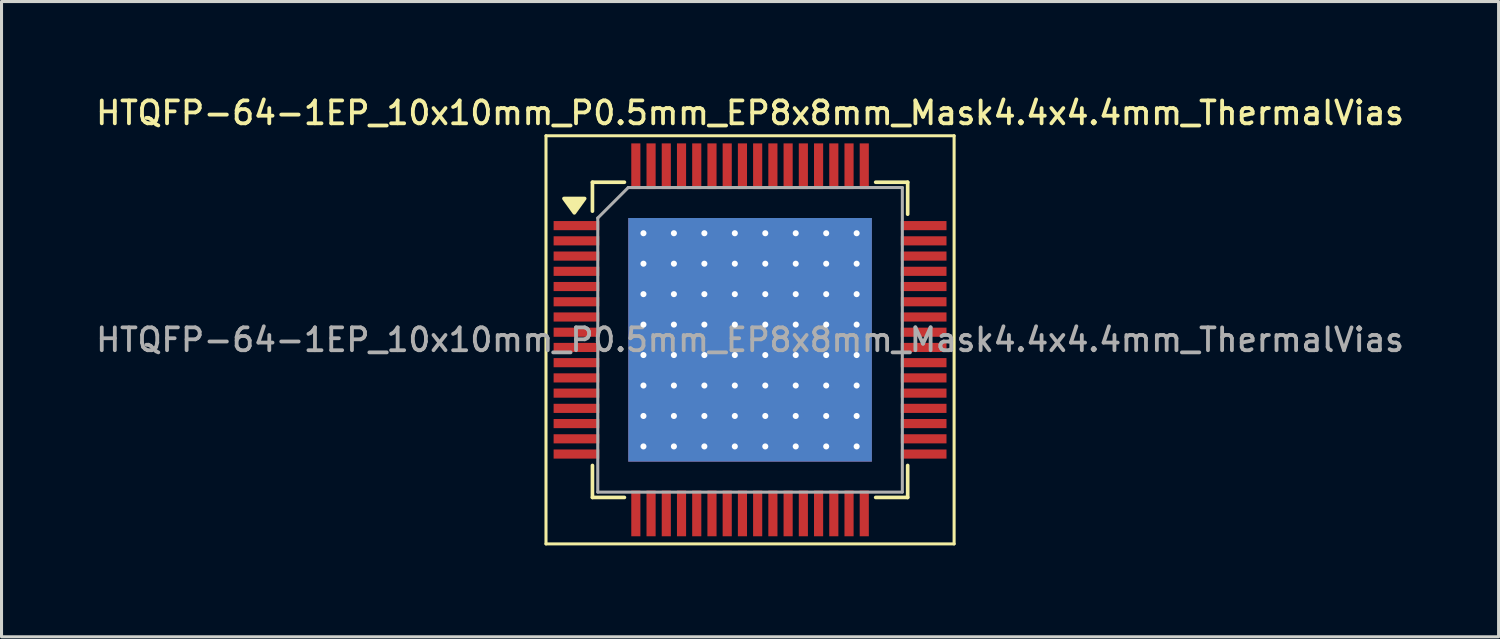
<source format=kicad_pcb>
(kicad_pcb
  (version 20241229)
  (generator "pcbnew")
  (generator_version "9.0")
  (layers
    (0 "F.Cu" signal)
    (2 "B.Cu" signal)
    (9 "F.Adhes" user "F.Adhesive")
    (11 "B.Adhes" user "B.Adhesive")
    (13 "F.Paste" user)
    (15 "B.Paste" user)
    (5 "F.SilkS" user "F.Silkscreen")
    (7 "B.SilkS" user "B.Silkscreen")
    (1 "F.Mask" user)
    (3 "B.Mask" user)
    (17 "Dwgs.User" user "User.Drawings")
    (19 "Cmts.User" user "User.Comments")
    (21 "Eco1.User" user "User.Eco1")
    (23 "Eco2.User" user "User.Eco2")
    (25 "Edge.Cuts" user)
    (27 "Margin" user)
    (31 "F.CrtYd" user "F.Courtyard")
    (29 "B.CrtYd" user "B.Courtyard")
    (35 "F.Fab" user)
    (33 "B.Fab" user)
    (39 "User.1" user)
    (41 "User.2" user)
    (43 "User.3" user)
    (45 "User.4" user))
  (footprint "HTQFP-64-1EP_10x10mm_P0.5mm_EP8x8mm_Mask4.4x4.4mm_ThermalVias"
    (layer "F.Cu")
    (at 21.577 8.108)
    (property "Reference" "HTQFP-64-1EP_10x10mm_P0.5mm_EP8x8mm_Mask4.4x4.4mm_ThermalVias" (at 0 -7.45 0) (layer "F.SilkS") (effects (font (size 0.75 0.75) (thickness 0.125))))
    (attr smd)
    (fp_line (start -6.7 -6.7) (end -6.7 6.7) (stroke (width 0.1) (type solid)) (layer "F.SilkS"))
    (fp_line (start -6.7 -6.7) (end 6.7 -6.7) (stroke (width 0.1) (type solid)) (layer "F.SilkS"))
    (fp_line (start -6.7 6.7) (end 6.7 6.7) (stroke (width 0.1) (type solid)) (layer "F.SilkS"))
    (fp_line (start -5.175 -5.175) (end -5.175 -4.225) (stroke (width 0.12) (type solid)) (layer "F.SilkS"))
    (fp_line (start -5.175 -5.175) (end -4.125 -5.175) (stroke (width 0.12) (type solid)) (layer "F.SilkS"))
    (fp_line (start -5.175 5.175) (end -5.175 4.125) (stroke (width 0.12) (type solid)) (layer "F.SilkS"))
    (fp_line (start -5.175 5.175) (end -4.125 5.175) (stroke (width 0.12) (type solid)) (layer "F.SilkS"))
    (fp_line (start 5.175 -5.175) (end 4.125 -5.175) (stroke (width 0.12) (type solid)) (layer "F.SilkS"))
    (fp_line (start 5.175 -5.175) (end 5.175 -4.125) (stroke (width 0.12) (type solid)) (layer "F.SilkS"))
    (fp_line (start 5.175 5.175) (end 4.125 5.175) (stroke (width 0.12) (type solid)) (layer "F.SilkS"))
    (fp_line (start 5.175 5.175) (end 5.175 4.125) (stroke (width 0.12) (type solid)) (layer "F.SilkS"))
    (fp_line (start 6.7 -6.7) (end 6.7 6.7) (stroke (width 0.1) (type solid)) (layer "F.SilkS"))
    (fp_poly (pts (xy -5.77 -4.17) (xy -6.11 -4.64) (xy -5.43 -4.64) (xy -5.77 -4.17)) (stroke (width 0.12) (type solid)) (fill yes) (layer "F.SilkS"))
    (fp_line (start -5 -4) (end -4 -5) (stroke (width 0.1) (type solid)) (layer "F.Fab"))
    (fp_line (start -5 5) (end -5 -4) (stroke (width 0.1) (type solid)) (layer "F.Fab"))
    (fp_line (start -4 -5) (end 5 -5) (stroke (width 0.1) (type solid)) (layer "F.Fab"))
    (fp_line (start 5 -5) (end 5 5) (stroke (width 0.1) (type solid)) (layer "F.Fab"))
    (fp_line (start 5 5) (end -5 5) (stroke (width 0.1) (type solid)) (layer "F.Fab"))
    (fp_text user "${REFERENCE}" (at 0 0 0) (layer "F.Fab") (effects (font (size 0.75 0.75) (thickness 0.125))))
    (pad "" smd rect (at -1.1 -1.1 180) (size 1.75 1.75) (layers "F.Paste"))
    (pad "" smd rect (at -1.1 1.1 180) (size 1.75 1.75) (layers "F.Paste"))
    (pad "" smd rect (at 0 0 180) (size 4.4 4.4) (layers "F.Mask"))
    (pad "" smd rect (at 1.1 -1.1 180) (size 1.75 1.75) (layers "F.Paste"))
    (pad "" smd rect (at 1.1 1.1 180) (size 1.75 1.75) (layers "F.Paste"))
    (pad "1" smd rect (at -5.7 -3.75) (size 1.5 0.3) (layers "F.Cu" "F.Mask" "F.Paste"))
    (pad "2" smd rect (at -5.7 -3.25) (size 1.5 0.3) (layers "F.Cu" "F.Mask" "F.Paste"))
    (pad "3" smd rect (at -5.7 -2.75) (size 1.5 0.3) (layers "F.Cu" "F.Mask" "F.Paste"))
    (pad "4" smd rect (at -5.7 -2.25) (size 1.5 0.3) (layers "F.Cu" "F.Mask" "F.Paste"))
    (pad "5" smd rect (at -5.7 -1.75) (size 1.5 0.3) (layers "F.Cu" "F.Mask" "F.Paste"))
    (pad "6" smd rect (at -5.7 -1.25) (size 1.5 0.3) (layers "F.Cu" "F.Mask" "F.Paste"))
    (pad "7" smd rect (at -5.7 -0.75) (size 1.5 0.3) (layers "F.Cu" "F.Mask" "F.Paste"))
    (pad "8" smd rect (at -5.7 -0.25) (size 1.5 0.3) (layers "F.Cu" "F.Mask" "F.Paste"))
    (pad "9" smd rect (at -5.7 0.25) (size 1.5 0.3) (layers "F.Cu" "F.Mask" "F.Paste"))
    (pad "10" smd rect (at -5.7 0.75) (size 1.5 0.3) (layers "F.Cu" "F.Mask" "F.Paste"))
    (pad "11" smd rect (at -5.7 1.25) (size 1.5 0.3) (layers "F.Cu" "F.Mask" "F.Paste"))
    (pad "12" smd rect (at -5.7 1.75) (size 1.5 0.3) (layers "F.Cu" "F.Mask" "F.Paste"))
    (pad "13" smd rect (at -5.7 2.25) (size 1.5 0.3) (layers "F.Cu" "F.Mask" "F.Paste"))
    (pad "14" smd rect (at -5.7 2.75) (size 1.5 0.3) (layers "F.Cu" "F.Mask" "F.Paste"))
    (pad "15" smd rect (at -5.7 3.25) (size 1.5 0.3) (layers "F.Cu" "F.Mask" "F.Paste"))
    (pad "16" smd rect (at -5.7 3.75) (size 1.5 0.3) (layers "F.Cu" "F.Mask" "F.Paste"))
    (pad "17" smd rect (at -3.75 5.7 90) (size 1.5 0.3) (layers "F.Cu" "F.Mask" "F.Paste"))
    (pad "18" smd rect (at -3.25 5.7 90) (size 1.5 0.3) (layers "F.Cu" "F.Mask" "F.Paste"))
    (pad "19" smd rect (at -2.75 5.7 90) (size 1.5 0.3) (layers "F.Cu" "F.Mask" "F.Paste"))
    (pad "20" smd rect (at -2.25 5.7 90) (size 1.5 0.3) (layers "F.Cu" "F.Mask" "F.Paste"))
    (pad "21" smd rect (at -1.75 5.7 90) (size 1.5 0.3) (layers "F.Cu" "F.Mask" "F.Paste"))
    (pad "22" smd rect (at -1.25 5.7 90) (size 1.5 0.3) (layers "F.Cu" "F.Mask" "F.Paste"))
    (pad "23" smd rect (at -0.75 5.7 90) (size 1.5 0.3) (layers "F.Cu" "F.Mask" "F.Paste"))
    (pad "24" smd rect (at -0.25 5.7 90) (size 1.5 0.3) (layers "F.Cu" "F.Mask" "F.Paste"))
    (pad "25" smd rect (at 0.25 5.7 90) (size 1.5 0.3) (layers "F.Cu" "F.Mask" "F.Paste"))
    (pad "26" smd rect (at 0.75 5.7 90) (size 1.5 0.3) (layers "F.Cu" "F.Mask" "F.Paste"))
    (pad "27" smd rect (at 1.25 5.7 90) (size 1.5 0.3) (layers "F.Cu" "F.Mask" "F.Paste"))
    (pad "28" smd rect (at 1.75 5.7 90) (size 1.5 0.3) (layers "F.Cu" "F.Mask" "F.Paste"))
    (pad "29" smd rect (at 2.25 5.7 90) (size 1.5 0.3) (layers "F.Cu" "F.Mask" "F.Paste"))
    (pad "30" smd rect (at 2.75 5.7 90) (size 1.5 0.3) (layers "F.Cu" "F.Mask" "F.Paste"))
    (pad "31" smd rect (at 3.25 5.7 90) (size 1.5 0.3) (layers "F.Cu" "F.Mask" "F.Paste"))
    (pad "32" smd rect (at 3.75 5.7 90) (size 1.5 0.3) (layers "F.Cu" "F.Mask" "F.Paste"))
    (pad "33" smd rect (at 5.7 3.75) (size 1.5 0.3) (layers "F.Cu" "F.Mask" "F.Paste"))
    (pad "34" smd rect (at 5.7 3.25) (size 1.5 0.3) (layers "F.Cu" "F.Mask" "F.Paste"))
    (pad "35" smd rect (at 5.7 2.75) (size 1.5 0.3) (layers "F.Cu" "F.Mask" "F.Paste"))
    (pad "36" smd rect (at 5.7 2.25) (size 1.5 0.3) (layers "F.Cu" "F.Mask" "F.Paste"))
    (pad "37" smd rect (at 5.7 1.75) (size 1.5 0.3) (layers "F.Cu" "F.Mask" "F.Paste"))
    (pad "38" smd rect (at 5.7 1.25) (size 1.5 0.3) (layers "F.Cu" "F.Mask" "F.Paste"))
    (pad "39" smd rect (at 5.7 0.75) (size 1.5 0.3) (layers "F.Cu" "F.Mask" "F.Paste"))
    (pad "40" smd rect (at 5.7 0.25) (size 1.5 0.3) (layers "F.Cu" "F.Mask" "F.Paste"))
    (pad "41" smd rect (at 5.7 -0.25) (size 1.5 0.3) (layers "F.Cu" "F.Mask" "F.Paste"))
    (pad "42" smd rect (at 5.7 -0.75) (size 1.5 0.3) (layers "F.Cu" "F.Mask" "F.Paste"))
    (pad "43" smd rect (at 5.7 -1.25) (size 1.5 0.3) (layers "F.Cu" "F.Mask" "F.Paste"))
    (pad "44" smd rect (at 5.7 -1.75) (size 1.5 0.3) (layers "F.Cu" "F.Mask" "F.Paste"))
    (pad "45" smd rect (at 5.7 -2.25) (size 1.5 0.3) (layers "F.Cu" "F.Mask" "F.Paste"))
    (pad "46" smd rect (at 5.7 -2.75) (size 1.5 0.3) (layers "F.Cu" "F.Mask" "F.Paste"))
    (pad "47" smd rect (at 5.7 -3.25) (size 1.5 0.3) (layers "F.Cu" "F.Mask" "F.Paste"))
    (pad "48" smd rect (at 5.7 -3.75) (size 1.5 0.3) (layers "F.Cu" "F.Mask" "F.Paste"))
    (pad "49" smd rect (at 3.75 -5.7 90) (size 1.5 0.3) (layers "F.Cu" "F.Mask" "F.Paste"))
    (pad "50" smd rect (at 3.25 -5.7 90) (size 1.5 0.3) (layers "F.Cu" "F.Mask" "F.Paste"))
    (pad "51" smd rect (at 2.75 -5.7 90) (size 1.5 0.3) (layers "F.Cu" "F.Mask" "F.Paste"))
    (pad "52" smd rect (at 2.25 -5.7 90) (size 1.5 0.3) (layers "F.Cu" "F.Mask" "F.Paste"))
    (pad "53" smd rect (at 1.75 -5.7 90) (size 1.5 0.3) (layers "F.Cu" "F.Mask" "F.Paste"))
    (pad "54" smd rect (at 1.25 -5.7 90) (size 1.5 0.3) (layers "F.Cu" "F.Mask" "F.Paste"))
    (pad "55" smd rect (at 0.75 -5.7 90) (size 1.5 0.3) (layers "F.Cu" "F.Mask" "F.Paste"))
    (pad "56" smd rect (at 0.25 -5.7 90) (size 1.5 0.3) (layers "F.Cu" "F.Mask" "F.Paste"))
    (pad "57" smd rect (at -0.25 -5.7 90) (size 1.5 0.3) (layers "F.Cu" "F.Mask" "F.Paste"))
    (pad "58" smd rect (at -0.75 -5.7 90) (size 1.5 0.3) (layers "F.Cu" "F.Mask" "F.Paste"))
    (pad "59" smd rect (at -1.25 -5.7 90) (size 1.5 0.3) (layers "F.Cu" "F.Mask" "F.Paste"))
    (pad "60" smd rect (at -1.75 -5.7 90) (size 1.5 0.3) (layers "F.Cu" "F.Mask" "F.Paste"))
    (pad "61" smd rect (at -2.25 -5.7 90) (size 1.5 0.3) (layers "F.Cu" "F.Mask" "F.Paste"))
    (pad "62" smd rect (at -2.75 -5.7 90) (size 1.5 0.3) (layers "F.Cu" "F.Mask" "F.Paste"))
    (pad "63" smd rect (at -3.25 -5.7 90) (size 1.5 0.3) (layers "F.Cu" "F.Mask" "F.Paste"))
    (pad "64" smd rect (at -3.75 -5.7 90) (size 1.5 0.3) (layers "F.Cu" "F.Mask" "F.Paste"))
    (pad "65" thru_hole circle (at -3.5 -3.5 90) (size 0.5 0.5) (drill 0.2) (layers "*.Cu"))
    (pad "65" thru_hole circle (at -3.5 -2.5 90) (size 0.5 0.5) (drill 0.2) (layers "*.Cu"))
    (pad "65" thru_hole circle (at -3.5 -1.5 90) (size 0.5 0.5) (drill 0.2) (layers "*.Cu"))
    (pad "65" thru_hole circle (at -3.5 -0.5 90) (size 0.5 0.5) (drill 0.2) (layers "*.Cu"))
    (pad "65" thru_hole circle (at -3.5 0.5 90) (size 0.5 0.5) (drill 0.2) (layers "*.Cu"))
    (pad "65" thru_hole circle (at -3.5 1.5 90) (size 0.5 0.5) (drill 0.2) (layers "*.Cu"))
    (pad "65" thru_hole circle (at -3.5 2.5 90) (size 0.5 0.5) (drill 0.2) (layers "*.Cu"))
    (pad "65" thru_hole circle (at -3.5 3.5 90) (size 0.5 0.5) (drill 0.2) (layers "*.Cu"))
    (pad "65" thru_hole circle (at -2.5 -3.5 90) (size 0.5 0.5) (drill 0.2) (layers "*.Cu"))
    (pad "65" thru_hole circle (at -2.5 -2.5 90) (size 0.5 0.5) (drill 0.2) (layers "*.Cu"))
    (pad "65" thru_hole circle (at -2.5 -1.5 90) (size 0.5 0.5) (drill 0.2) (layers "*.Cu"))
    (pad "65" thru_hole circle (at -2.5 -0.5 90) (size 0.5 0.5) (drill 0.2) (layers "*.Cu"))
    (pad "65" thru_hole circle (at -2.5 0.5 90) (size 0.5 0.5) (drill 0.2) (layers "*.Cu"))
    (pad "65" thru_hole circle (at -2.5 1.5 90) (size 0.5 0.5) (drill 0.2) (layers "*.Cu"))
    (pad "65" thru_hole circle (at -2.5 2.5 90) (size 0.5 0.5) (drill 0.2) (layers "*.Cu"))
    (pad "65" thru_hole circle (at -2.5 3.5 90) (size 0.5 0.5) (drill 0.2) (layers "*.Cu"))
    (pad "65" thru_hole circle (at -1.5 -3.5 90) (size 0.5 0.5) (drill 0.2) (layers "*.Cu"))
    (pad "65" thru_hole circle (at -1.5 -2.5 90) (size 0.5 0.5) (drill 0.2) (layers "*.Cu"))
    (pad "65" thru_hole circle (at -1.5 -1.5 90) (size 0.5 0.5) (drill 0.2) (layers "*.Cu"))
    (pad "65" thru_hole circle (at -1.5 -0.5 90) (size 0.5 0.5) (drill 0.2) (layers "*.Cu"))
    (pad "65" thru_hole circle (at -1.5 0.5 90) (size 0.5 0.5) (drill 0.2) (layers "*.Cu"))
    (pad "65" thru_hole circle (at -1.5 1.5 90) (size 0.5 0.5) (drill 0.2) (layers "*.Cu"))
    (pad "65" thru_hole circle (at -1.5 2.5 90) (size 0.5 0.5) (drill 0.2) (layers "*.Cu"))
    (pad "65" thru_hole circle (at -1.5 3.5 90) (size 0.5 0.5) (drill 0.2) (layers "*.Cu"))
    (pad "65" thru_hole circle (at -0.5 -3.5 90) (size 0.5 0.5) (drill 0.2) (layers "*.Cu"))
    (pad "65" thru_hole circle (at -0.5 -2.5 90) (size 0.5 0.5) (drill 0.2) (layers "*.Cu"))
    (pad "65" thru_hole circle (at -0.5 -1.5 90) (size 0.5 0.5) (drill 0.2) (layers "*.Cu"))
    (pad "65" thru_hole circle (at -0.5 -0.5 90) (size 0.5 0.5) (drill 0.2) (layers "*.Cu"))
    (pad "65" thru_hole circle (at -0.5 0.5 90) (size 0.5 0.5) (drill 0.2) (layers "*.Cu"))
    (pad "65" thru_hole circle (at -0.5 1.5 90) (size 0.5 0.5) (drill 0.2) (layers "*.Cu"))
    (pad "65" thru_hole circle (at -0.5 2.5 90) (size 0.5 0.5) (drill 0.2) (layers "*.Cu"))
    (pad "65" thru_hole circle (at -0.5 3.5 90) (size 0.5 0.5) (drill 0.2) (layers "*.Cu"))
    (pad "65" smd rect (at 0 0 180) (size 8 8) (layers "F.Cu"))
    (pad "65" smd rect (at 0 0 180) (size 8 8) (layers "B.Cu"))
    (pad "65" thru_hole circle (at 0.5 -3.5 90) (size 0.5 0.5) (drill 0.2) (layers "*.Cu"))
    (pad "65" thru_hole circle (at 0.5 -2.5 90) (size 0.5 0.5) (drill 0.2) (layers "*.Cu"))
    (pad "65" thru_hole circle (at 0.5 -1.5 90) (size 0.5 0.5) (drill 0.2) (layers "*.Cu"))
    (pad "65" thru_hole circle (at 0.5 -0.5 90) (size 0.5 0.5) (drill 0.2) (layers "*.Cu"))
    (pad "65" thru_hole circle (at 0.5 0.5 90) (size 0.5 0.5) (drill 0.2) (layers "*.Cu"))
    (pad "65" thru_hole circle (at 0.5 1.5 90) (size 0.5 0.5) (drill 0.2) (layers "*.Cu"))
    (pad "65" thru_hole circle (at 0.5 2.5 90) (size 0.5 0.5) (drill 0.2) (layers "*.Cu"))
    (pad "65" thru_hole circle (at 0.5 3.5 90) (size 0.5 0.5) (drill 0.2) (layers "*.Cu"))
    (pad "65" thru_hole circle (at 1.5 -3.5 90) (size 0.5 0.5) (drill 0.2) (layers "*.Cu"))
    (pad "65" thru_hole circle (at 1.5 -2.5 90) (size 0.5 0.5) (drill 0.2) (layers "*.Cu"))
    (pad "65" thru_hole circle (at 1.5 -1.5 90) (size 0.5 0.5) (drill 0.2) (layers "*.Cu"))
    (pad "65" thru_hole circle (at 1.5 -0.5 90) (size 0.5 0.5) (drill 0.2) (layers "*.Cu"))
    (pad "65" thru_hole circle (at 1.5 0.5 90) (size 0.5 0.5) (drill 0.2) (layers "*.Cu"))
    (pad "65" thru_hole circle (at 1.5 1.5 90) (size 0.5 0.5) (drill 0.2) (layers "*.Cu"))
    (pad "65" thru_hole circle (at 1.5 2.5 90) (size 0.5 0.5) (drill 0.2) (layers "*.Cu"))
    (pad "65" thru_hole circle (at 1.5 3.5 90) (size 0.5 0.5) (drill 0.2) (layers "*.Cu"))
    (pad "65" thru_hole circle (at 2.5 -3.5 90) (size 0.5 0.5) (drill 0.2) (layers "*.Cu"))
    (pad "65" thru_hole circle (at 2.5 -2.5 90) (size 0.5 0.5) (drill 0.2) (layers "*.Cu"))
    (pad "65" thru_hole circle (at 2.5 -1.5 90) (size 0.5 0.5) (drill 0.2) (layers "*.Cu"))
    (pad "65" thru_hole circle (at 2.5 -0.5 90) (size 0.5 0.5) (drill 0.2) (layers "*.Cu"))
    (pad "65" thru_hole circle (at 2.5 0.5 90) (size 0.5 0.5) (drill 0.2) (layers "*.Cu"))
    (pad "65" thru_hole circle (at 2.5 1.5 90) (size 0.5 0.5) (drill 0.2) (layers "*.Cu"))
    (pad "65" thru_hole circle (at 2.5 2.5 90) (size 0.5 0.5) (drill 0.2) (layers "*.Cu"))
    (pad "65" thru_hole circle (at 2.5 3.5 90) (size 0.5 0.5) (drill 0.2) (layers "*.Cu"))
    (pad "65" thru_hole circle (at 3.5 -3.5 90) (size 0.5 0.5) (drill 0.2) (layers "*.Cu"))
    (pad "65" thru_hole circle (at 3.5 -2.5 90) (size 0.5 0.5) (drill 0.2) (layers "*.Cu"))
    (pad "65" thru_hole circle (at 3.5 -1.5 90) (size 0.5 0.5) (drill 0.2) (layers "*.Cu"))
    (pad "65" thru_hole circle (at 3.5 -0.5 90) (size 0.5 0.5) (drill 0.2) (layers "*.Cu"))
    (pad "65" thru_hole circle (at 3.5 0.5 90) (size 0.5 0.5) (drill 0.2) (layers "*.Cu"))
    (pad "65" thru_hole circle (at 3.5 1.5 90) (size 0.5 0.5) (drill 0.2) (layers "*.Cu"))
    (pad "65" thru_hole circle (at 3.5 2.5 90) (size 0.5 0.5) (drill 0.2) (layers "*.Cu"))
    (pad "65" thru_hole circle (at 3.5 3.5 90) (size 0.5 0.5) (drill 0.2) (layers "*.Cu")))
  (gr_rect
    (start -3 -3)
    (end 46.154 17.858)
    (stroke (width 0.1) (type default))
    (fill no)
    (layer "Edge.Cuts")))
</source>
